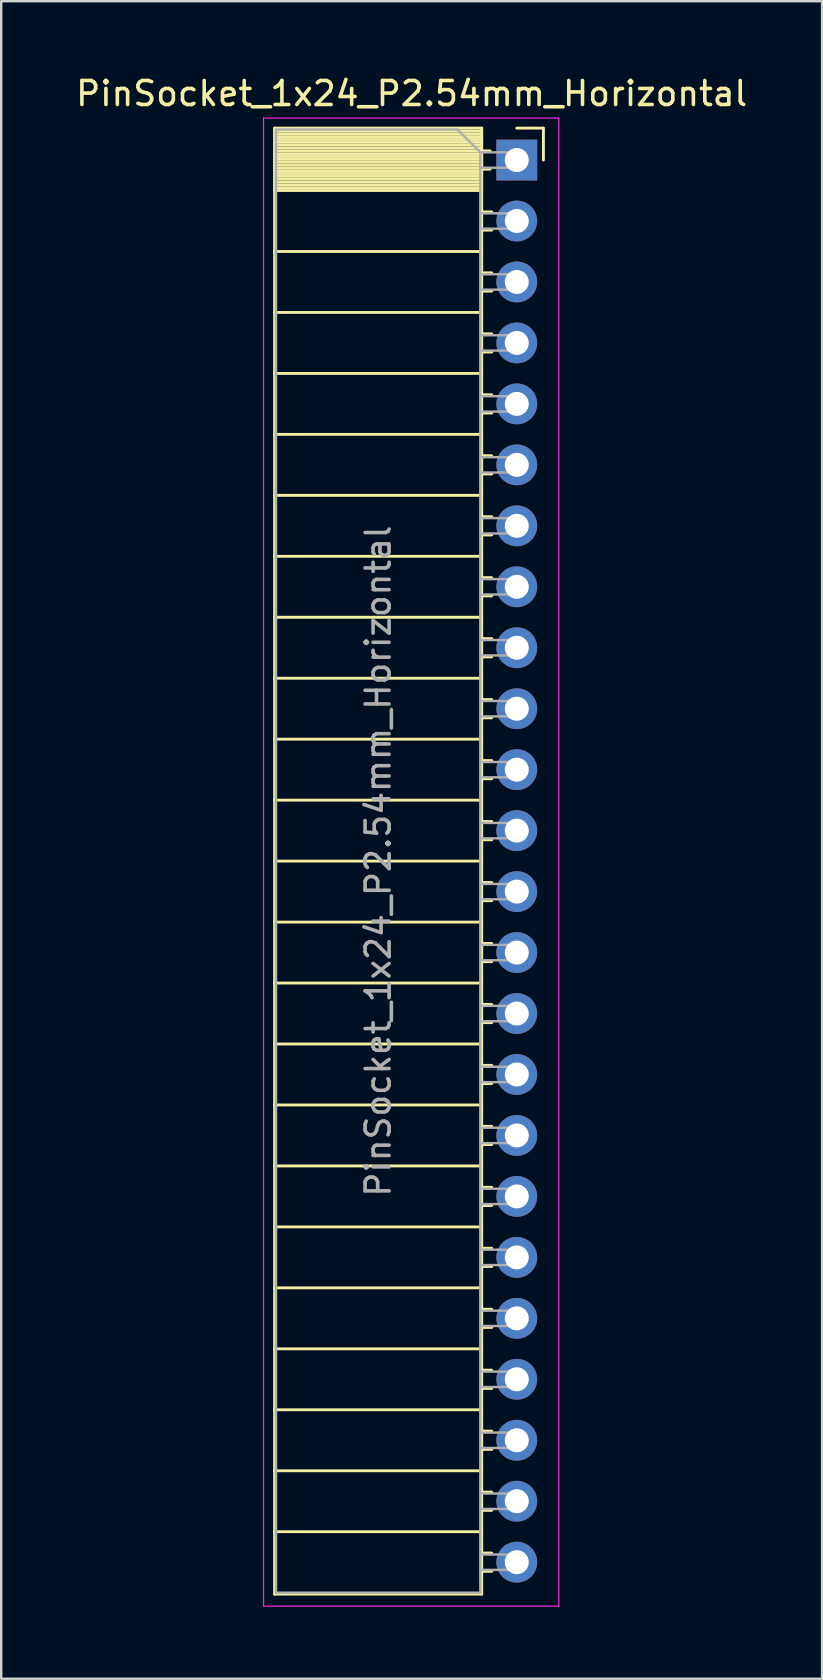
<source format=kicad_pcb>
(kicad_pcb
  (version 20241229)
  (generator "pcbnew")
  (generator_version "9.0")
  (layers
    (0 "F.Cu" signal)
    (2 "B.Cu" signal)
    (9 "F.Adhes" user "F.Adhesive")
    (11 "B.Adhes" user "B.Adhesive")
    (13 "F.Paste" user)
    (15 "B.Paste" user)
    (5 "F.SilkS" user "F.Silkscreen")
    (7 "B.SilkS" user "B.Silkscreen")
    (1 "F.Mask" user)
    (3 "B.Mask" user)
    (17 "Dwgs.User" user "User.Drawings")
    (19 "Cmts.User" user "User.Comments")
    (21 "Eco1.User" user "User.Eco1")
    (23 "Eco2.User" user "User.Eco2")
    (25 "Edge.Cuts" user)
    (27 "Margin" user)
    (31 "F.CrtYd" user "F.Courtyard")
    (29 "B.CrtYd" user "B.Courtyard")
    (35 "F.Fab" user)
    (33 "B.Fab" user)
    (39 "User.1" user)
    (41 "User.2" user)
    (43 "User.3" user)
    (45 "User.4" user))
  (footprint "PinSocket_1x24_P2.54mm_Horizontal"
    (layer "F.Cu")
    (at 18.481 3.618)
    (property "Reference" "PinSocket_1x24_P2.54mm_Horizontal" (at -4.38 -2.77 0) (layer "F.SilkS") (effects (font (size 1 1) (thickness 0.15))))
    (attr through_hole)
    (fp_line (start -10.09 -1.33) (end -10.09 59.75) (stroke (width 0.12) (type solid)) (layer "F.SilkS"))
    (fp_line (start -10.09 -1.33) (end -1.46 -1.33) (stroke (width 0.12) (type solid)) (layer "F.SilkS"))
    (fp_line (start -10.09 -1.21) (end -1.46 -1.21) (stroke (width 0.12) (type solid)) (layer "F.SilkS"))
    (fp_line (start -10.09 -1.092) (end -1.46 -1.092) (stroke (width 0.12) (type solid)) (layer "F.SilkS"))
    (fp_line (start -10.09 -0.974) (end -1.46 -0.974) (stroke (width 0.12) (type solid)) (layer "F.SilkS"))
    (fp_line (start -10.09 -0.856) (end -1.46 -0.856) (stroke (width 0.12) (type solid)) (layer "F.SilkS"))
    (fp_line (start -10.09 -0.738) (end -1.46 -0.738) (stroke (width 0.12) (type solid)) (layer "F.SilkS"))
    (fp_line (start -10.09 -0.62) (end -1.46 -0.62) (stroke (width 0.12) (type solid)) (layer "F.SilkS"))
    (fp_line (start -10.09 -0.501) (end -1.46 -0.501) (stroke (width 0.12) (type solid)) (layer "F.SilkS"))
    (fp_line (start -10.09 -0.383) (end -1.46 -0.383) (stroke (width 0.12) (type solid)) (layer "F.SilkS"))
    (fp_line (start -10.09 -0.265) (end -1.46 -0.265) (stroke (width 0.12) (type solid)) (layer "F.SilkS"))
    (fp_line (start -10.09 -0.147) (end -1.46 -0.147) (stroke (width 0.12) (type solid)) (layer "F.SilkS"))
    (fp_line (start -10.09 -0.029) (end -1.46 -0.029) (stroke (width 0.12) (type solid)) (layer "F.SilkS"))
    (fp_line (start -10.09 0.089) (end -1.46 0.089) (stroke (width 0.12) (type solid)) (layer "F.SilkS"))
    (fp_line (start -10.09 0.207) (end -1.46 0.207) (stroke (width 0.12) (type solid)) (layer "F.SilkS"))
    (fp_line (start -10.09 0.325) (end -1.46 0.325) (stroke (width 0.12) (type solid)) (layer "F.SilkS"))
    (fp_line (start -10.09 0.443) (end -1.46 0.443) (stroke (width 0.12) (type solid)) (layer "F.SilkS"))
    (fp_line (start -10.09 0.561) (end -1.46 0.561) (stroke (width 0.12) (type solid)) (layer "F.SilkS"))
    (fp_line (start -10.09 0.68) (end -1.46 0.68) (stroke (width 0.12) (type solid)) (layer "F.SilkS"))
    (fp_line (start -10.09 0.798) (end -1.46 0.798) (stroke (width 0.12) (type solid)) (layer "F.SilkS"))
    (fp_line (start -10.09 0.916) (end -1.46 0.916) (stroke (width 0.12) (type solid)) (layer "F.SilkS"))
    (fp_line (start -10.09 1.034) (end -1.46 1.034) (stroke (width 0.12) (type solid)) (layer "F.SilkS"))
    (fp_line (start -10.09 1.152) (end -1.46 1.152) (stroke (width 0.12) (type solid)) (layer "F.SilkS"))
    (fp_line (start -10.09 1.27) (end -1.46 1.27) (stroke (width 0.12) (type solid)) (layer "F.SilkS"))
    (fp_line (start -10.09 3.81) (end -1.46 3.81) (stroke (width 0.12) (type solid)) (layer "F.SilkS"))
    (fp_line (start -10.09 6.35) (end -1.46 6.35) (stroke (width 0.12) (type solid)) (layer "F.SilkS"))
    (fp_line (start -10.09 8.89) (end -1.46 8.89) (stroke (width 0.12) (type solid)) (layer "F.SilkS"))
    (fp_line (start -10.09 11.43) (end -1.46 11.43) (stroke (width 0.12) (type solid)) (layer "F.SilkS"))
    (fp_line (start -10.09 13.97) (end -1.46 13.97) (stroke (width 0.12) (type solid)) (layer "F.SilkS"))
    (fp_line (start -10.09 16.51) (end -1.46 16.51) (stroke (width 0.12) (type solid)) (layer "F.SilkS"))
    (fp_line (start -10.09 19.05) (end -1.46 19.05) (stroke (width 0.12) (type solid)) (layer "F.SilkS"))
    (fp_line (start -10.09 21.59) (end -1.46 21.59) (stroke (width 0.12) (type solid)) (layer "F.SilkS"))
    (fp_line (start -10.09 24.13) (end -1.46 24.13) (stroke (width 0.12) (type solid)) (layer "F.SilkS"))
    (fp_line (start -10.09 26.67) (end -1.46 26.67) (stroke (width 0.12) (type solid)) (layer "F.SilkS"))
    (fp_line (start -10.09 29.21) (end -1.46 29.21) (stroke (width 0.12) (type solid)) (layer "F.SilkS"))
    (fp_line (start -10.09 31.75) (end -1.46 31.75) (stroke (width 0.12) (type solid)) (layer "F.SilkS"))
    (fp_line (start -10.09 34.29) (end -1.46 34.29) (stroke (width 0.12) (type solid)) (layer "F.SilkS"))
    (fp_line (start -10.09 36.83) (end -1.46 36.83) (stroke (width 0.12) (type solid)) (layer "F.SilkS"))
    (fp_line (start -10.09 39.37) (end -1.46 39.37) (stroke (width 0.12) (type solid)) (layer "F.SilkS"))
    (fp_line (start -10.09 41.91) (end -1.46 41.91) (stroke (width 0.12) (type solid)) (layer "F.SilkS"))
    (fp_line (start -10.09 44.45) (end -1.46 44.45) (stroke (width 0.12) (type solid)) (layer "F.SilkS"))
    (fp_line (start -10.09 46.99) (end -1.46 46.99) (stroke (width 0.12) (type solid)) (layer "F.SilkS"))
    (fp_line (start -10.09 49.53) (end -1.46 49.53) (stroke (width 0.12) (type solid)) (layer "F.SilkS"))
    (fp_line (start -10.09 52.07) (end -1.46 52.07) (stroke (width 0.12) (type solid)) (layer "F.SilkS"))
    (fp_line (start -10.09 54.61) (end -1.46 54.61) (stroke (width 0.12) (type solid)) (layer "F.SilkS"))
    (fp_line (start -10.09 57.15) (end -1.46 57.15) (stroke (width 0.12) (type solid)) (layer "F.SilkS"))
    (fp_line (start -10.09 59.75) (end -1.46 59.75) (stroke (width 0.12) (type solid)) (layer "F.SilkS"))
    (fp_line (start -1.46 -1.33) (end -1.46 59.75) (stroke (width 0.12) (type solid)) (layer "F.SilkS"))
    (fp_line (start -1.46 -0.38) (end -1.11 -0.38) (stroke (width 0.12) (type solid)) (layer "F.SilkS"))
    (fp_line (start -1.46 0.38) (end -1.11 0.38) (stroke (width 0.12) (type solid)) (layer "F.SilkS"))
    (fp_line (start -1.46 2.16) (end -1.043 2.16) (stroke (width 0.12) (type solid)) (layer "F.SilkS"))
    (fp_line (start -1.46 2.92) (end -1.043 2.92) (stroke (width 0.12) (type solid)) (layer "F.SilkS"))
    (fp_line (start -1.46 4.7) (end -1.043 4.7) (stroke (width 0.12) (type solid)) (layer "F.SilkS"))
    (fp_line (start -1.46 5.46) (end -1.043 5.46) (stroke (width 0.12) (type solid)) (layer "F.SilkS"))
    (fp_line (start -1.46 7.24) (end -1.043 7.24) (stroke (width 0.12) (type solid)) (layer "F.SilkS"))
    (fp_line (start -1.46 8) (end -1.043 8) (stroke (width 0.12) (type solid)) (layer "F.SilkS"))
    (fp_line (start -1.46 9.78) (end -1.043 9.78) (stroke (width 0.12) (type solid)) (layer "F.SilkS"))
    (fp_line (start -1.46 10.54) (end -1.043 10.54) (stroke (width 0.12) (type solid)) (layer "F.SilkS"))
    (fp_line (start -1.46 12.32) (end -1.043 12.32) (stroke (width 0.12) (type solid)) (layer "F.SilkS"))
    (fp_line (start -1.46 13.08) (end -1.043 13.08) (stroke (width 0.12) (type solid)) (layer "F.SilkS"))
    (fp_line (start -1.46 14.86) (end -1.043 14.86) (stroke (width 0.12) (type solid)) (layer "F.SilkS"))
    (fp_line (start -1.46 15.62) (end -1.043 15.62) (stroke (width 0.12) (type solid)) (layer "F.SilkS"))
    (fp_line (start -1.46 17.4) (end -1.043 17.4) (stroke (width 0.12) (type solid)) (layer "F.SilkS"))
    (fp_line (start -1.46 18.16) (end -1.043 18.16) (stroke (width 0.12) (type solid)) (layer "F.SilkS"))
    (fp_line (start -1.46 19.94) (end -1.043 19.94) (stroke (width 0.12) (type solid)) (layer "F.SilkS"))
    (fp_line (start -1.46 20.7) (end -1.043 20.7) (stroke (width 0.12) (type solid)) (layer "F.SilkS"))
    (fp_line (start -1.46 22.48) (end -1.043 22.48) (stroke (width 0.12) (type solid)) (layer "F.SilkS"))
    (fp_line (start -1.46 23.24) (end -1.043 23.24) (stroke (width 0.12) (type solid)) (layer "F.SilkS"))
    (fp_line (start -1.46 25.02) (end -1.043 25.02) (stroke (width 0.12) (type solid)) (layer "F.SilkS"))
    (fp_line (start -1.46 25.78) (end -1.043 25.78) (stroke (width 0.12) (type solid)) (layer "F.SilkS"))
    (fp_line (start -1.46 27.56) (end -1.043 27.56) (stroke (width 0.12) (type solid)) (layer "F.SilkS"))
    (fp_line (start -1.46 28.32) (end -1.043 28.32) (stroke (width 0.12) (type solid)) (layer "F.SilkS"))
    (fp_line (start -1.46 30.1) (end -1.043 30.1) (stroke (width 0.12) (type solid)) (layer "F.SilkS"))
    (fp_line (start -1.46 30.86) (end -1.043 30.86) (stroke (width 0.12) (type solid)) (layer "F.SilkS"))
    (fp_line (start -1.46 32.64) (end -1.043 32.64) (stroke (width 0.12) (type solid)) (layer "F.SilkS"))
    (fp_line (start -1.46 33.4) (end -1.043 33.4) (stroke (width 0.12) (type solid)) (layer "F.SilkS"))
    (fp_line (start -1.46 35.18) (end -1.043 35.18) (stroke (width 0.12) (type solid)) (layer "F.SilkS"))
    (fp_line (start -1.46 35.94) (end -1.043 35.94) (stroke (width 0.12) (type solid)) (layer "F.SilkS"))
    (fp_line (start -1.46 37.72) (end -1.043 37.72) (stroke (width 0.12) (type solid)) (layer "F.SilkS"))
    (fp_line (start -1.46 38.48) (end -1.043 38.48) (stroke (width 0.12) (type solid)) (layer "F.SilkS"))
    (fp_line (start -1.46 40.26) (end -1.043 40.26) (stroke (width 0.12) (type solid)) (layer "F.SilkS"))
    (fp_line (start -1.46 41.02) (end -1.043 41.02) (stroke (width 0.12) (type solid)) (layer "F.SilkS"))
    (fp_line (start -1.46 42.8) (end -1.043 42.8) (stroke (width 0.12) (type solid)) (layer "F.SilkS"))
    (fp_line (start -1.46 43.56) (end -1.043 43.56) (stroke (width 0.12) (type solid)) (layer "F.SilkS"))
    (fp_line (start -1.46 45.34) (end -1.043 45.34) (stroke (width 0.12) (type solid)) (layer "F.SilkS"))
    (fp_line (start -1.46 46.1) (end -1.043 46.1) (stroke (width 0.12) (type solid)) (layer "F.SilkS"))
    (fp_line (start -1.46 47.88) (end -1.043 47.88) (stroke (width 0.12) (type solid)) (layer "F.SilkS"))
    (fp_line (start -1.46 48.64) (end -1.043 48.64) (stroke (width 0.12) (type solid)) (layer "F.SilkS"))
    (fp_line (start -1.46 50.42) (end -1.043 50.42) (stroke (width 0.12) (type solid)) (layer "F.SilkS"))
    (fp_line (start -1.46 51.18) (end -1.043 51.18) (stroke (width 0.12) (type solid)) (layer "F.SilkS"))
    (fp_line (start -1.46 52.96) (end -1.043 52.96) (stroke (width 0.12) (type solid)) (layer "F.SilkS"))
    (fp_line (start -1.46 53.72) (end -1.043 53.72) (stroke (width 0.12) (type solid)) (layer "F.SilkS"))
    (fp_line (start -1.46 55.5) (end -1.043 55.5) (stroke (width 0.12) (type solid)) (layer "F.SilkS"))
    (fp_line (start -1.46 56.26) (end -1.043 56.26) (stroke (width 0.12) (type solid)) (layer "F.SilkS"))
    (fp_line (start -1.46 58.04) (end -1.043 58.04) (stroke (width 0.12) (type solid)) (layer "F.SilkS"))
    (fp_line (start -1.46 58.8) (end -1.043 58.8) (stroke (width 0.12) (type solid)) (layer "F.SilkS"))
    (fp_line (start 0 -1.33) (end 1.11 -1.33) (stroke (width 0.12) (type solid)) (layer "F.SilkS"))
    (fp_line (start 1.11 -1.33) (end 1.11 0) (stroke (width 0.12) (type solid)) (layer "F.SilkS"))
    (fp_line (start -10.55 -1.75) (end -10.55 60.25) (stroke (width 0.05) (type solid)) (layer "F.CrtYd"))
    (fp_line (start -10.55 60.25) (end 1.75 60.25) (stroke (width 0.05) (type solid)) (layer "F.CrtYd"))
    (fp_line (start 1.75 -1.75) (end -10.55 -1.75) (stroke (width 0.05) (type solid)) (layer "F.CrtYd"))
    (fp_line (start 1.75 60.25) (end 1.75 -1.75) (stroke (width 0.05) (type solid)) (layer "F.CrtYd"))
    (fp_line (start -10.03 -1.27) (end -2.47 -1.27) (stroke (width 0.1) (type solid)) (layer "F.Fab"))
    (fp_line (start -10.03 59.69) (end -10.03 -1.27) (stroke (width 0.1) (type solid)) (layer "F.Fab"))
    (fp_line (start -2.47 -1.27) (end -1.52 -0.32) (stroke (width 0.1) (type solid)) (layer "F.Fab"))
    (fp_line (start -1.52 -0.32) (end -1.52 59.69) (stroke (width 0.1) (type solid)) (layer "F.Fab"))
    (fp_line (start -1.52 0.32) (end 0 0.32) (stroke (width 0.1) (type solid)) (layer "F.Fab"))
    (fp_line (start -1.52 2.86) (end 0 2.86) (stroke (width 0.1) (type solid)) (layer "F.Fab"))
    (fp_line (start -1.52 5.4) (end 0 5.4) (stroke (width 0.1) (type solid)) (layer "F.Fab"))
    (fp_line (start -1.52 7.94) (end 0 7.94) (stroke (width 0.1) (type solid)) (layer "F.Fab"))
    (fp_line (start -1.52 10.48) (end 0 10.48) (stroke (width 0.1) (type solid)) (layer "F.Fab"))
    (fp_line (start -1.52 13.02) (end 0 13.02) (stroke (width 0.1) (type solid)) (layer "F.Fab"))
    (fp_line (start -1.52 15.56) (end 0 15.56) (stroke (width 0.1) (type solid)) (layer "F.Fab"))
    (fp_line (start -1.52 18.1) (end 0 18.1) (stroke (width 0.1) (type solid)) (layer "F.Fab"))
    (fp_line (start -1.52 20.64) (end 0 20.64) (stroke (width 0.1) (type solid)) (layer "F.Fab"))
    (fp_line (start -1.52 23.18) (end 0 23.18) (stroke (width 0.1) (type solid)) (layer "F.Fab"))
    (fp_line (start -1.52 25.72) (end 0 25.72) (stroke (width 0.1) (type solid)) (layer "F.Fab"))
    (fp_line (start -1.52 28.26) (end 0 28.26) (stroke (width 0.1) (type solid)) (layer "F.Fab"))
    (fp_line (start -1.52 30.8) (end 0 30.8) (stroke (width 0.1) (type solid)) (layer "F.Fab"))
    (fp_line (start -1.52 33.34) (end 0 33.34) (stroke (width 0.1) (type solid)) (layer "F.Fab"))
    (fp_line (start -1.52 35.88) (end 0 35.88) (stroke (width 0.1) (type solid)) (layer "F.Fab"))
    (fp_line (start -1.52 38.42) (end 0 38.42) (stroke (width 0.1) (type solid)) (layer "F.Fab"))
    (fp_line (start -1.52 40.96) (end 0 40.96) (stroke (width 0.1) (type solid)) (layer "F.Fab"))
    (fp_line (start -1.52 43.5) (end 0 43.5) (stroke (width 0.1) (type solid)) (layer "F.Fab"))
    (fp_line (start -1.52 46.04) (end 0 46.04) (stroke (width 0.1) (type solid)) (layer "F.Fab"))
    (fp_line (start -1.52 48.58) (end 0 48.58) (stroke (width 0.1) (type solid)) (layer "F.Fab"))
    (fp_line (start -1.52 51.12) (end 0 51.12) (stroke (width 0.1) (type solid)) (layer "F.Fab"))
    (fp_line (start -1.52 53.66) (end 0 53.66) (stroke (width 0.1) (type solid)) (layer "F.Fab"))
    (fp_line (start -1.52 56.2) (end 0 56.2) (stroke (width 0.1) (type solid)) (layer "F.Fab"))
    (fp_line (start -1.52 58.74) (end 0 58.74) (stroke (width 0.1) (type solid)) (layer "F.Fab"))
    (fp_line (start -1.52 59.69) (end -10.03 59.69) (stroke (width 0.1) (type solid)) (layer "F.Fab"))
    (fp_line (start 0 -0.32) (end -1.52 -0.32) (stroke (width 0.1) (type solid)) (layer "F.Fab"))
    (fp_line (start 0 0.32) (end 0 -0.32) (stroke (width 0.1) (type solid)) (layer "F.Fab"))
    (fp_line (start 0 2.22) (end -1.52 2.22) (stroke (width 0.1) (type solid)) (layer "F.Fab"))
    (fp_line (start 0 2.86) (end 0 2.22) (stroke (width 0.1) (type solid)) (layer "F.Fab"))
    (fp_line (start 0 4.76) (end -1.52 4.76) (stroke (width 0.1) (type solid)) (layer "F.Fab"))
    (fp_line (start 0 5.4) (end 0 4.76) (stroke (width 0.1) (type solid)) (layer "F.Fab"))
    (fp_line (start 0 7.3) (end -1.52 7.3) (stroke (width 0.1) (type solid)) (layer "F.Fab"))
    (fp_line (start 0 7.94) (end 0 7.3) (stroke (width 0.1) (type solid)) (layer "F.Fab"))
    (fp_line (start 0 9.84) (end -1.52 9.84) (stroke (width 0.1) (type solid)) (layer "F.Fab"))
    (fp_line (start 0 10.48) (end 0 9.84) (stroke (width 0.1) (type solid)) (layer "F.Fab"))
    (fp_line (start 0 12.38) (end -1.52 12.38) (stroke (width 0.1) (type solid)) (layer "F.Fab"))
    (fp_line (start 0 13.02) (end 0 12.38) (stroke (width 0.1) (type solid)) (layer "F.Fab"))
    (fp_line (start 0 14.92) (end -1.52 14.92) (stroke (width 0.1) (type solid)) (layer "F.Fab"))
    (fp_line (start 0 15.56) (end 0 14.92) (stroke (width 0.1) (type solid)) (layer "F.Fab"))
    (fp_line (start 0 17.46) (end -1.52 17.46) (stroke (width 0.1) (type solid)) (layer "F.Fab"))
    (fp_line (start 0 18.1) (end 0 17.46) (stroke (width 0.1) (type solid)) (layer "F.Fab"))
    (fp_line (start 0 20) (end -1.52 20) (stroke (width 0.1) (type solid)) (layer "F.Fab"))
    (fp_line (start 0 20.64) (end 0 20) (stroke (width 0.1) (type solid)) (layer "F.Fab"))
    (fp_line (start 0 22.54) (end -1.52 22.54) (stroke (width 0.1) (type solid)) (layer "F.Fab"))
    (fp_line (start 0 23.18) (end 0 22.54) (stroke (width 0.1) (type solid)) (layer "F.Fab"))
    (fp_line (start 0 25.08) (end -1.52 25.08) (stroke (width 0.1) (type solid)) (layer "F.Fab"))
    (fp_line (start 0 25.72) (end 0 25.08) (stroke (width 0.1) (type solid)) (layer "F.Fab"))
    (fp_line (start 0 27.62) (end -1.52 27.62) (stroke (width 0.1) (type solid)) (layer "F.Fab"))
    (fp_line (start 0 28.26) (end 0 27.62) (stroke (width 0.1) (type solid)) (layer "F.Fab"))
    (fp_line (start 0 30.16) (end -1.52 30.16) (stroke (width 0.1) (type solid)) (layer "F.Fab"))
    (fp_line (start 0 30.8) (end 0 30.16) (stroke (width 0.1) (type solid)) (layer "F.Fab"))
    (fp_line (start 0 32.7) (end -1.52 32.7) (stroke (width 0.1) (type solid)) (layer "F.Fab"))
    (fp_line (start 0 33.34) (end 0 32.7) (stroke (width 0.1) (type solid)) (layer "F.Fab"))
    (fp_line (start 0 35.24) (end -1.52 35.24) (stroke (width 0.1) (type solid)) (layer "F.Fab"))
    (fp_line (start 0 35.88) (end 0 35.24) (stroke (width 0.1) (type solid)) (layer "F.Fab"))
    (fp_line (start 0 37.78) (end -1.52 37.78) (stroke (width 0.1) (type solid)) (layer "F.Fab"))
    (fp_line (start 0 38.42) (end 0 37.78) (stroke (width 0.1) (type solid)) (layer "F.Fab"))
    (fp_line (start 0 40.32) (end -1.52 40.32) (stroke (width 0.1) (type solid)) (layer "F.Fab"))
    (fp_line (start 0 40.96) (end 0 40.32) (stroke (width 0.1) (type solid)) (layer "F.Fab"))
    (fp_line (start 0 42.86) (end -1.52 42.86) (stroke (width 0.1) (type solid)) (layer "F.Fab"))
    (fp_line (start 0 43.5) (end 0 42.86) (stroke (width 0.1) (type solid)) (layer "F.Fab"))
    (fp_line (start 0 45.4) (end -1.52 45.4) (stroke (width 0.1) (type solid)) (layer "F.Fab"))
    (fp_line (start 0 46.04) (end 0 45.4) (stroke (width 0.1) (type solid)) (layer "F.Fab"))
    (fp_line (start 0 47.94) (end -1.52 47.94) (stroke (width 0.1) (type solid)) (layer "F.Fab"))
    (fp_line (start 0 48.58) (end 0 47.94) (stroke (width 0.1) (type solid)) (layer "F.Fab"))
    (fp_line (start 0 50.48) (end -1.52 50.48) (stroke (width 0.1) (type solid)) (layer "F.Fab"))
    (fp_line (start 0 51.12) (end 0 50.48) (stroke (width 0.1) (type solid)) (layer "F.Fab"))
    (fp_line (start 0 53.02) (end -1.52 53.02) (stroke (width 0.1) (type solid)) (layer "F.Fab"))
    (fp_line (start 0 53.66) (end 0 53.02) (stroke (width 0.1) (type solid)) (layer "F.Fab"))
    (fp_line (start 0 55.56) (end -1.52 55.56) (stroke (width 0.1) (type solid)) (layer "F.Fab"))
    (fp_line (start 0 56.2) (end 0 55.56) (stroke (width 0.1) (type solid)) (layer "F.Fab"))
    (fp_line (start 0 58.1) (end -1.52 58.1) (stroke (width 0.1) (type solid)) (layer "F.Fab"))
    (fp_line (start 0 58.74) (end 0 58.1) (stroke (width 0.1) (type solid)) (layer "F.Fab"))
    (fp_text user "${REFERENCE}" (at -5.775 29.21 90) (layer "F.Fab") (effects (font (size 1 1) (thickness 0.15))))
    (pad "1" thru_hole rect (at 0 0) (size 1.7 1.7) (drill 1) (layers "*.Cu" "*.Mask"))
    (pad "2" thru_hole oval (at 0 2.54) (size 1.7 1.7) (drill 1) (layers "*.Cu" "*.Mask"))
    (pad "3" thru_hole oval (at 0 5.08) (size 1.7 1.7) (drill 1) (layers "*.Cu" "*.Mask"))
    (pad "4" thru_hole oval (at 0 7.62) (size 1.7 1.7) (drill 1) (layers "*.Cu" "*.Mask"))
    (pad "5" thru_hole oval (at 0 10.16) (size 1.7 1.7) (drill 1) (layers "*.Cu" "*.Mask"))
    (pad "6" thru_hole oval (at 0 12.7) (size 1.7 1.7) (drill 1) (layers "*.Cu" "*.Mask"))
    (pad "7" thru_hole oval (at 0 15.24) (size 1.7 1.7) (drill 1) (layers "*.Cu" "*.Mask"))
    (pad "8" thru_hole oval (at 0 17.78) (size 1.7 1.7) (drill 1) (layers "*.Cu" "*.Mask"))
    (pad "9" thru_hole oval (at 0 20.32) (size 1.7 1.7) (drill 1) (layers "*.Cu" "*.Mask"))
    (pad "10" thru_hole oval (at 0 22.86) (size 1.7 1.7) (drill 1) (layers "*.Cu" "*.Mask"))
    (pad "11" thru_hole oval (at 0 25.4) (size 1.7 1.7) (drill 1) (layers "*.Cu" "*.Mask"))
    (pad "12" thru_hole oval (at 0 27.94) (size 1.7 1.7) (drill 1) (layers "*.Cu" "*.Mask"))
    (pad "13" thru_hole oval (at 0 30.48) (size 1.7 1.7) (drill 1) (layers "*.Cu" "*.Mask"))
    (pad "14" thru_hole oval (at 0 33.02) (size 1.7 1.7) (drill 1) (layers "*.Cu" "*.Mask"))
    (pad "15" thru_hole oval (at 0 35.56) (size 1.7 1.7) (drill 1) (layers "*.Cu" "*.Mask"))
    (pad "16" thru_hole oval (at 0 38.1) (size 1.7 1.7) (drill 1) (layers "*.Cu" "*.Mask"))
    (pad "17" thru_hole oval (at 0 40.64) (size 1.7 1.7) (drill 1) (layers "*.Cu" "*.Mask"))
    (pad "18" thru_hole oval (at 0 43.18) (size 1.7 1.7) (drill 1) (layers "*.Cu" "*.Mask"))
    (pad "19" thru_hole oval (at 0 45.72) (size 1.7 1.7) (drill 1) (layers "*.Cu" "*.Mask"))
    (pad "20" thru_hole oval (at 0 48.26) (size 1.7 1.7) (drill 1) (layers "*.Cu" "*.Mask"))
    (pad "21" thru_hole oval (at 0 50.8) (size 1.7 1.7) (drill 1) (layers "*.Cu" "*.Mask"))
    (pad "22" thru_hole oval (at 0 53.34) (size 1.7 1.7) (drill 1) (layers "*.Cu" "*.Mask"))
    (pad "23" thru_hole oval (at 0 55.88) (size 1.7 1.7) (drill 1) (layers "*.Cu" "*.Mask"))
    (pad "24" thru_hole oval (at 0 58.42) (size 1.7 1.7) (drill 1) (layers "*.Cu" "*.Mask")))
  (gr_rect
    (start -3 -3)
    (end 31.202 66.893)
    (stroke (width 0.1) (type default))
    (fill no)
    (layer "Edge.Cuts")))
</source>
